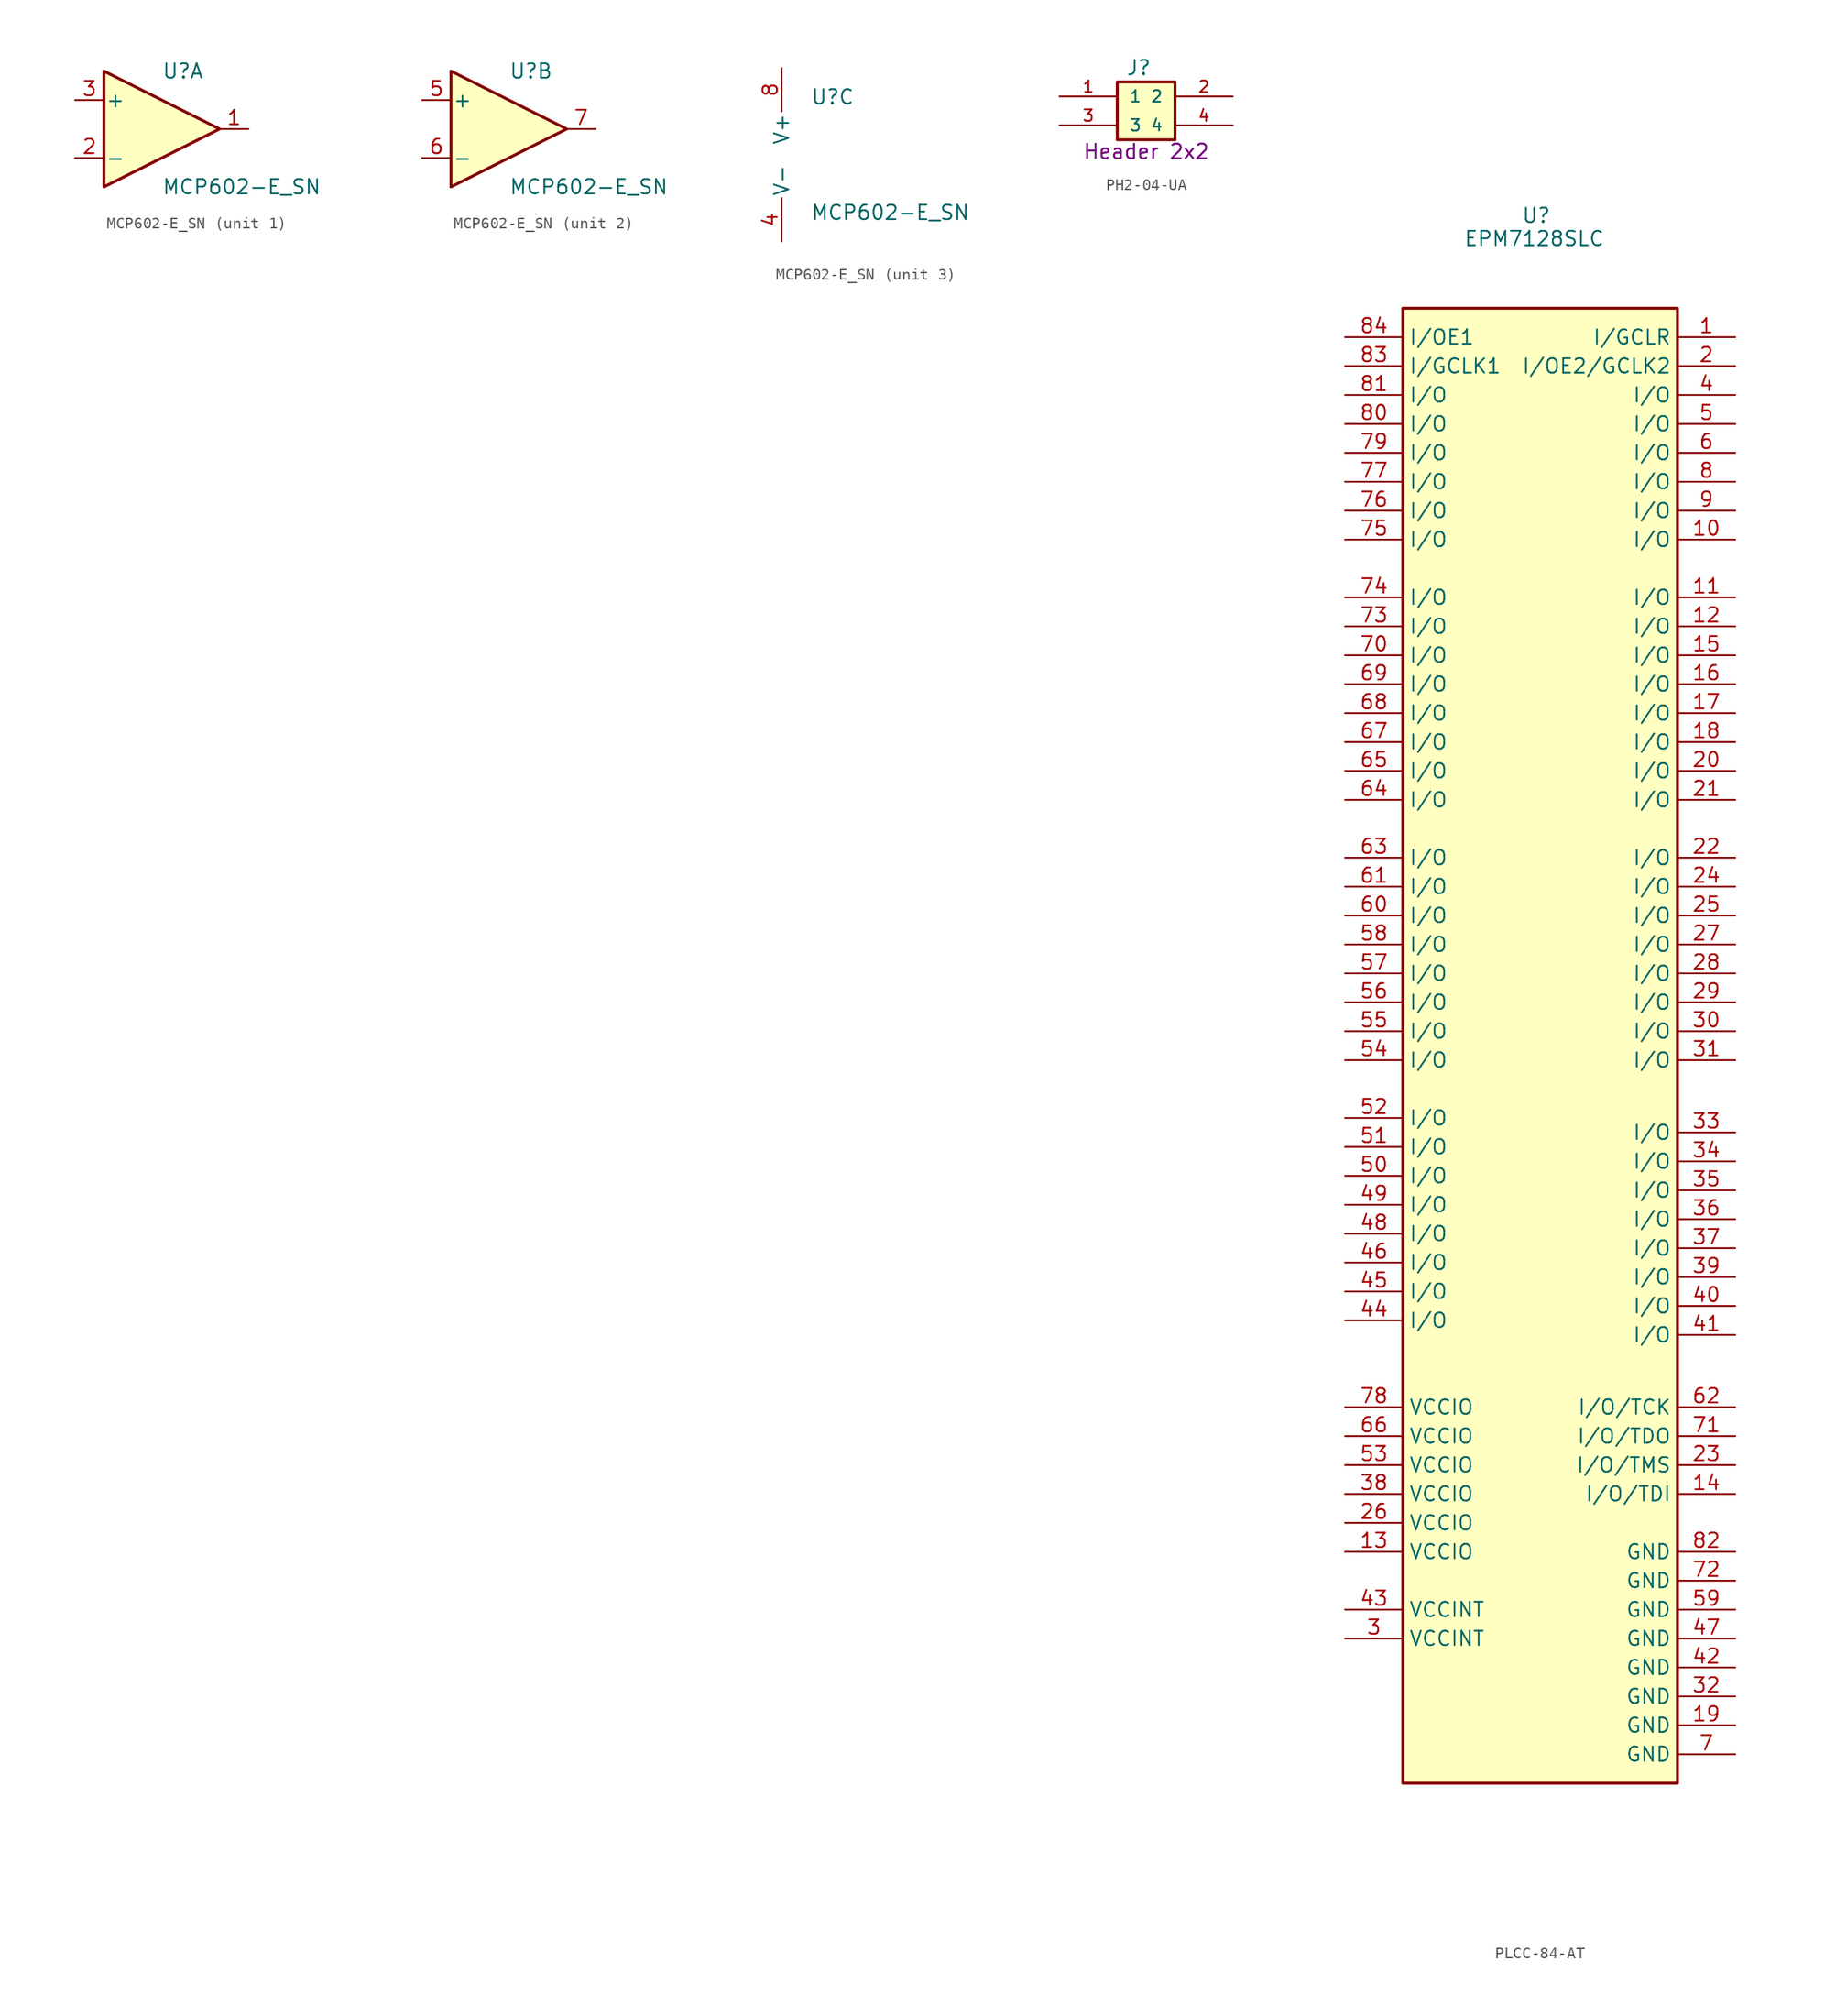
<source format=kicad_sym>
(kicad_symbol_lib
  (version 20241209)
  (generator "kicad_symbol_editor")
  (generator_version "9.0")
  (symbol "MCP602-E_SN"
    (pin_names
      (offset 0.127))
    (property "Reference" "U"
      (at 0 5.08 0)
      (effects (font (size 1.27 1.27)) (justify left)))
    (property "Value" "MCP602-E_SN"
      (at 0 -5.08 0)
      (effects (font (size 1.27 1.27)) (justify left)))
    (symbol "MCP602-E_SN_1_1"
      (polyline (pts (xy -5.08 5.08) (xy 5.08 0) (xy -5.08 -5.08) (xy -5.08 5.08)) (stroke (width 0.254) (type default)) (fill (type background)))
      (pin input line (at -7.62 2.54 0) (length 2.54) (name "+" (effects (font (size 1.27 1.27)))) (number "3" (effects (font (size 1.27 1.27)))))
      (pin input line (at -7.62 -2.54 0) (length 2.54) (name "-" (effects (font (size 1.27 1.27)))) (number "2" (effects (font (size 1.27 1.27)))))
      (pin output line (at 7.62 0 180) (length 2.54) (name "~" (effects (font (size 1.27 1.27)))) (number "1" (effects (font (size 1.27 1.27))))))
    (symbol "MCP602-E_SN_2_1"
      (polyline (pts (xy -5.08 5.08) (xy 5.08 0) (xy -5.08 -5.08) (xy -5.08 5.08)) (stroke (width 0.254) (type default)) (fill (type background)))
      (pin input line (at -7.62 2.54 0) (length 2.54) (name "+" (effects (font (size 1.27 1.27)))) (number "5" (effects (font (size 1.27 1.27)))))
      (pin input line (at -7.62 -2.54 0) (length 2.54) (name "-" (effects (font (size 1.27 1.27)))) (number "6" (effects (font (size 1.27 1.27)))))
      (pin output line (at 7.62 0 180) (length 2.54) (name "~" (effects (font (size 1.27 1.27)))) (number "7" (effects (font (size 1.27 1.27))))))
    (symbol "MCP602-E_SN_3_1"
      (pin power_in line (at -2.54 7.62 270) (length 3.81) (name "V+" (effects (font (size 1.27 1.27)))) (number "8" (effects (font (size 1.27 1.27)))))
      (pin power_in line (at -2.54 -7.62 90) (length 3.81) (name "V-" (effects (font (size 1.27 1.27)))) (number "4" (effects (font (size 1.27 1.27)))))))
  (symbol "PH2-04-UA"
    (pin_names
      (offset 1.016))
    (property "Reference" "J"
      (at -1.778 3.048 0)
      (effects (font (size 1.27 1.27)) (justify left bottom)))
    (property "Value" "Header 2x2"
      (at -5.588 -4.318 0)
      (effects (font (size 1.27 1.27)) (justify left bottom)))
    (property "Description" "Header 2x2"
      (at -5.588 -4.318 0)
      (effects (font (size 1.27 1.27)) (justify left bottom)))
    (symbol "PH2-04-UA_0_0"
      (rectangle (start -2.54 2.54) (end 2.54 -2.54) (stroke (width 0.254) (type default)) (fill (type background)))
      (pin passive line (at -7.62 1.27 0) (length 5.08) (name "1" (effects (font (size 1.016 1.016)))) (number "1" (effects (font (size 1.016 1.016)))))
      (pin passive line (at -7.62 -1.27 0) (length 5.08) (name "3" (effects (font (size 1.016 1.016)))) (number "3" (effects (font (size 1.016 1.016)))))
      (pin passive line (at 7.62 1.27 180) (length 5.08) (name "2" (effects (font (size 1.016 1.016)))) (number "2" (effects (font (size 1.016 1.016)))))
      (pin passive line (at 7.62 -1.27 180) (length 5.08) (name "4" (effects (font (size 1.016 1.016)))) (number "4" (effects (font (size 1.016 1.016)))))))
  (symbol "PLCC-84-AT"
    (property "Reference" "U"
      (at -31.496 12.7 0)
      (effects (font (size 1.27 1.27)) (justify left top)))
    (property "Value" "EPM7128SLC"
      (at -36.576 10.668 0)
      (effects (font (size 1.27 1.27)) (justify left top)))
    (symbol "PLCC-84-AT_1_1"
      (rectangle (start -41.91 3.81) (end -17.78 -125.73) (stroke (width 0.254) (type default)) (fill (type background)))
      (pin passive line (at -46.99 1.27 0) (length 5.08) (name "I/OE1" (effects (font (size 1.27 1.27)))) (number "84" (effects (font (size 1.27 1.27)))))
      (pin passive line (at -46.99 -1.27 0) (length 5.08) (name "I/GCLK1" (effects (font (size 1.27 1.27)))) (number "83" (effects (font (size 1.27 1.27)))))
      (pin passive line (at -46.99 -3.81 0) (length 5.08) (name "I/O" (effects (font (size 1.27 1.27)))) (number "81" (effects (font (size 1.27 1.27)))))
      (pin passive line (at -46.99 -6.35 0) (length 5.08) (name "I/O" (effects (font (size 1.27 1.27)))) (number "80" (effects (font (size 1.27 1.27)))))
      (pin passive line (at -46.99 -8.89 0) (length 5.08) (name "I/O" (effects (font (size 1.27 1.27)))) (number "79" (effects (font (size 1.27 1.27)))))
      (pin passive line (at -46.99 -11.43 0) (length 5.08) (name "I/O" (effects (font (size 1.27 1.27)))) (number "77" (effects (font (size 1.27 1.27)))))
      (pin passive line (at -46.99 -13.97 0) (length 5.08) (name "I/O" (effects (font (size 1.27 1.27)))) (number "76" (effects (font (size 1.27 1.27)))))
      (pin passive line (at -46.99 -16.51 0) (length 5.08) (name "I/O" (effects (font (size 1.27 1.27)))) (number "75" (effects (font (size 1.27 1.27)))))
      (pin passive line (at -46.99 -21.59 0) (length 5.08) (name "I/O" (effects (font (size 1.27 1.27)))) (number "74" (effects (font (size 1.27 1.27)))))
      (pin passive line (at -46.99 -24.13 0) (length 5.08) (name "I/O" (effects (font (size 1.27 1.27)))) (number "73" (effects (font (size 1.27 1.27)))))
      (pin passive line (at -46.99 -26.67 0) (length 5.08) (name "I/O" (effects (font (size 1.27 1.27)))) (number "70" (effects (font (size 1.27 1.27)))))
      (pin passive line (at -46.99 -29.21 0) (length 5.08) (name "I/O" (effects (font (size 1.27 1.27)))) (number "69" (effects (font (size 1.27 1.27)))))
      (pin passive line (at -46.99 -31.75 0) (length 5.08) (name "I/O" (effects (font (size 1.27 1.27)))) (number "68" (effects (font (size 1.27 1.27)))))
      (pin passive line (at -46.99 -34.29 0) (length 5.08) (name "I/O" (effects (font (size 1.27 1.27)))) (number "67" (effects (font (size 1.27 1.27)))))
      (pin passive line (at -46.99 -36.83 0) (length 5.08) (name "I/O" (effects (font (size 1.27 1.27)))) (number "65" (effects (font (size 1.27 1.27)))))
      (pin passive line (at -46.99 -39.37 0) (length 5.08) (name "I/O" (effects (font (size 1.27 1.27)))) (number "64" (effects (font (size 1.27 1.27)))))
      (pin passive line (at -46.99 -44.45 0) (length 5.08) (name "I/O" (effects (font (size 1.27 1.27)))) (number "63" (effects (font (size 1.27 1.27)))))
      (pin passive line (at -46.99 -46.99 0) (length 5.08) (name "I/O" (effects (font (size 1.27 1.27)))) (number "61" (effects (font (size 1.27 1.27)))))
      (pin passive line (at -46.99 -49.53 0) (length 5.08) (name "I/O" (effects (font (size 1.27 1.27)))) (number "60" (effects (font (size 1.27 1.27)))))
      (pin passive line (at -46.99 -52.07 0) (length 5.08) (name "I/O" (effects (font (size 1.27 1.27)))) (number "58" (effects (font (size 1.27 1.27)))))
      (pin passive line (at -46.99 -54.61 0) (length 5.08) (name "I/O" (effects (font (size 1.27 1.27)))) (number "57" (effects (font (size 1.27 1.27)))))
      (pin passive line (at -46.99 -57.15 0) (length 5.08) (name "I/O" (effects (font (size 1.27 1.27)))) (number "56" (effects (font (size 1.27 1.27)))))
      (pin passive line (at -46.99 -59.69 0) (length 5.08) (name "I/O" (effects (font (size 1.27 1.27)))) (number "55" (effects (font (size 1.27 1.27)))))
      (pin passive line (at -46.99 -62.23 0) (length 5.08) (name "I/O" (effects (font (size 1.27 1.27)))) (number "54" (effects (font (size 1.27 1.27)))))
      (pin passive line (at -46.99 -67.31 0) (length 5.08) (name "I/O" (effects (font (size 1.27 1.27)))) (number "52" (effects (font (size 1.27 1.27)))))
      (pin passive line (at -46.99 -69.85 0) (length 5.08) (name "I/O" (effects (font (size 1.27 1.27)))) (number "51" (effects (font (size 1.27 1.27)))))
      (pin passive line (at -46.99 -72.39 0) (length 5.08) (name "I/O" (effects (font (size 1.27 1.27)))) (number "50" (effects (font (size 1.27 1.27)))))
      (pin passive line (at -46.99 -74.93 0) (length 5.08) (name "I/O" (effects (font (size 1.27 1.27)))) (number "49" (effects (font (size 1.27 1.27)))))
      (pin passive line (at -46.99 -77.47 0) (length 5.08) (name "I/O" (effects (font (size 1.27 1.27)))) (number "48" (effects (font (size 1.27 1.27)))))
      (pin passive line (at -46.99 -80.01 0) (length 5.08) (name "I/O" (effects (font (size 1.27 1.27)))) (number "46" (effects (font (size 1.27 1.27)))))
      (pin passive line (at -46.99 -82.55 0) (length 5.08) (name "I/O" (effects (font (size 1.27 1.27)))) (number "45" (effects (font (size 1.27 1.27)))))
      (pin passive line (at -46.99 -85.09 0) (length 5.08) (name "I/O" (effects (font (size 1.27 1.27)))) (number "44" (effects (font (size 1.27 1.27)))))
      (pin passive line (at -46.99 -92.71 0) (length 5.08) (name "VCCIO" (effects (font (size 1.27 1.27)))) (number "78" (effects (font (size 1.27 1.27)))))
      (pin passive line (at -46.99 -95.25 0) (length 5.08) (name "VCCIO" (effects (font (size 1.27 1.27)))) (number "66" (effects (font (size 1.27 1.27)))))
      (pin passive line (at -46.99 -97.79 0) (length 5.08) (name "VCCIO" (effects (font (size 1.27 1.27)))) (number "53" (effects (font (size 1.27 1.27)))))
      (pin passive line (at -46.99 -100.33 0) (length 5.08) (name "VCCIO" (effects (font (size 1.27 1.27)))) (number "38" (effects (font (size 1.27 1.27)))))
      (pin passive line (at -46.99 -102.87 0) (length 5.08) (name "VCCIO" (effects (font (size 1.27 1.27)))) (number "26" (effects (font (size 1.27 1.27)))))
      (pin passive line (at -46.99 -105.41 0) (length 5.08) (name "VCCIO" (effects (font (size 1.27 1.27)))) (number "13" (effects (font (size 1.27 1.27)))))
      (pin passive line (at -46.99 -110.49 0) (length 5.08) (name "VCCINT" (effects (font (size 1.27 1.27)))) (number "43" (effects (font (size 1.27 1.27)))))
      (pin passive line (at -46.99 -113.03 0) (length 5.08) (name "VCCINT" (effects (font (size 1.27 1.27)))) (number "3" (effects (font (size 1.27 1.27)))))
      (pin passive line (at -12.7 1.27 180) (length 5.08) (name "I/GCLR" (effects (font (size 1.27 1.27)))) (number "1" (effects (font (size 1.27 1.27)))))
      (pin passive line (at -12.7 -1.27 180) (length 5.08) (name "I/OE2/GCLK2" (effects (font (size 1.27 1.27)))) (number "2" (effects (font (size 1.27 1.27)))))
      (pin passive line (at -12.7 -3.81 180) (length 5.08) (name "I/O" (effects (font (size 1.27 1.27)))) (number "4" (effects (font (size 1.27 1.27)))))
      (pin passive line (at -12.7 -6.35 180) (length 5.08) (name "I/O" (effects (font (size 1.27 1.27)))) (number "5" (effects (font (size 1.27 1.27)))))
      (pin passive line (at -12.7 -8.89 180) (length 5.08) (name "I/O" (effects (font (size 1.27 1.27)))) (number "6" (effects (font (size 1.27 1.27)))))
      (pin passive line (at -12.7 -11.43 180) (length 5.08) (name "I/O" (effects (font (size 1.27 1.27)))) (number "8" (effects (font (size 1.27 1.27)))))
      (pin passive line (at -12.7 -13.97 180) (length 5.08) (name "I/O" (effects (font (size 1.27 1.27)))) (number "9" (effects (font (size 1.27 1.27)))))
      (pin passive line (at -12.7 -16.51 180) (length 5.08) (name "I/O" (effects (font (size 1.27 1.27)))) (number "10" (effects (font (size 1.27 1.27)))))
      (pin passive line (at -12.7 -21.59 180) (length 5.08) (name "I/O" (effects (font (size 1.27 1.27)))) (number "11" (effects (font (size 1.27 1.27)))))
      (pin passive line (at -12.7 -24.13 180) (length 5.08) (name "I/O" (effects (font (size 1.27 1.27)))) (number "12" (effects (font (size 1.27 1.27)))))
      (pin passive line (at -12.7 -26.67 180) (length 5.08) (name "I/O" (effects (font (size 1.27 1.27)))) (number "15" (effects (font (size 1.27 1.27)))))
      (pin passive line (at -12.7 -29.21 180) (length 5.08) (name "I/O" (effects (font (size 1.27 1.27)))) (number "16" (effects (font (size 1.27 1.27)))))
      (pin passive line (at -12.7 -31.75 180) (length 5.08) (name "I/O" (effects (font (size 1.27 1.27)))) (number "17" (effects (font (size 1.27 1.27)))))
      (pin passive line (at -12.7 -34.29 180) (length 5.08) (name "I/O" (effects (font (size 1.27 1.27)))) (number "18" (effects (font (size 1.27 1.27)))))
      (pin passive line (at -12.7 -36.83 180) (length 5.08) (name "I/O" (effects (font (size 1.27 1.27)))) (number "20" (effects (font (size 1.27 1.27)))))
      (pin passive line (at -12.7 -39.37 180) (length 5.08) (name "I/O" (effects (font (size 1.27 1.27)))) (number "21" (effects (font (size 1.27 1.27)))))
      (pin passive line (at -12.7 -44.45 180) (length 5.08) (name "I/O" (effects (font (size 1.27 1.27)))) (number "22" (effects (font (size 1.27 1.27)))))
      (pin passive line (at -12.7 -46.99 180) (length 5.08) (name "I/O" (effects (font (size 1.27 1.27)))) (number "24" (effects (font (size 1.27 1.27)))))
      (pin passive line (at -12.7 -49.53 180) (length 5.08) (name "I/O" (effects (font (size 1.27 1.27)))) (number "25" (effects (font (size 1.27 1.27)))))
      (pin passive line (at -12.7 -52.07 180) (length 5.08) (name "I/O" (effects (font (size 1.27 1.27)))) (number "27" (effects (font (size 1.27 1.27)))))
      (pin passive line (at -12.7 -54.61 180) (length 5.08) (name "I/O" (effects (font (size 1.27 1.27)))) (number "28" (effects (font (size 1.27 1.27)))))
      (pin passive line (at -12.7 -57.15 180) (length 5.08) (name "I/O" (effects (font (size 1.27 1.27)))) (number "29" (effects (font (size 1.27 1.27)))))
      (pin passive line (at -12.7 -59.69 180) (length 5.08) (name "I/O" (effects (font (size 1.27 1.27)))) (number "30" (effects (font (size 1.27 1.27)))))
      (pin passive line (at -12.7 -62.23 180) (length 5.08) (name "I/O" (effects (font (size 1.27 1.27)))) (number "31" (effects (font (size 1.27 1.27)))))
      (pin passive line (at -12.7 -68.58 180) (length 5.08) (name "I/O" (effects (font (size 1.27 1.27)))) (number "33" (effects (font (size 1.27 1.27)))))
      (pin passive line (at -12.7 -71.12 180) (length 5.08) (name "I/O" (effects (font (size 1.27 1.27)))) (number "34" (effects (font (size 1.27 1.27)))))
      (pin passive line (at -12.7 -73.66 180) (length 5.08) (name "I/O" (effects (font (size 1.27 1.27)))) (number "35" (effects (font (size 1.27 1.27)))))
      (pin passive line (at -12.7 -76.2 180) (length 5.08) (name "I/O" (effects (font (size 1.27 1.27)))) (number "36" (effects (font (size 1.27 1.27)))))
      (pin passive line (at -12.7 -78.74 180) (length 5.08) (name "I/O" (effects (font (size 1.27 1.27)))) (number "37" (effects (font (size 1.27 1.27)))))
      (pin passive line (at -12.7 -81.28 180) (length 5.08) (name "I/O" (effects (font (size 1.27 1.27)))) (number "39" (effects (font (size 1.27 1.27)))))
      (pin passive line (at -12.7 -83.82 180) (length 5.08) (name "I/O" (effects (font (size 1.27 1.27)))) (number "40" (effects (font (size 1.27 1.27)))))
      (pin passive line (at -12.7 -86.36 180) (length 5.08) (name "I/O" (effects (font (size 1.27 1.27)))) (number "41" (effects (font (size 1.27 1.27)))))
      (pin passive line (at -12.7 -92.71 180) (length 5.08) (name "I/O/TCK" (effects (font (size 1.27 1.27)))) (number "62" (effects (font (size 1.27 1.27)))))
      (pin passive line (at -12.7 -95.25 180) (length 5.08) (name "I/O/TDO" (effects (font (size 1.27 1.27)))) (number "71" (effects (font (size 1.27 1.27)))))
      (pin passive line (at -12.7 -97.79 180) (length 5.08) (name "I/O/TMS" (effects (font (size 1.27 1.27)))) (number "23" (effects (font (size 1.27 1.27)))))
      (pin passive line (at -12.7 -100.33 180) (length 5.08) (name "I/O/TDI" (effects (font (size 1.27 1.27)))) (number "14" (effects (font (size 1.27 1.27)))))
      (pin passive line (at -12.7 -105.41 180) (length 5.08) (name "GND" (effects (font (size 1.27 1.27)))) (number "82" (effects (font (size 1.27 1.27)))))
      (pin passive line (at -12.7 -107.95 180) (length 5.08) (name "GND" (effects (font (size 1.27 1.27)))) (number "72" (effects (font (size 1.27 1.27)))))
      (pin passive line (at -12.7 -110.49 180) (length 5.08) (name "GND" (effects (font (size 1.27 1.27)))) (number "59" (effects (font (size 1.27 1.27)))))
      (pin passive line (at -12.7 -113.03 180) (length 5.08) (name "GND" (effects (font (size 1.27 1.27)))) (number "47" (effects (font (size 1.27 1.27)))))
      (pin passive line (at -12.7 -115.57 180) (length 5.08) (name "GND" (effects (font (size 1.27 1.27)))) (number "42" (effects (font (size 1.27 1.27)))))
      (pin passive line (at -12.7 -118.11 180) (length 5.08) (name "GND" (effects (font (size 1.27 1.27)))) (number "32" (effects (font (size 1.27 1.27)))))
      (pin passive line (at -12.7 -120.65 180) (length 5.08) (name "GND" (effects (font (size 1.27 1.27)))) (number "19" (effects (font (size 1.27 1.27)))))
      (pin passive line (at -12.7 -123.19 180) (length 5.08) (name "GND" (effects (font (size 1.27 1.27)))) (number "7" (effects (font (size 1.27 1.27))))))))
</source>
